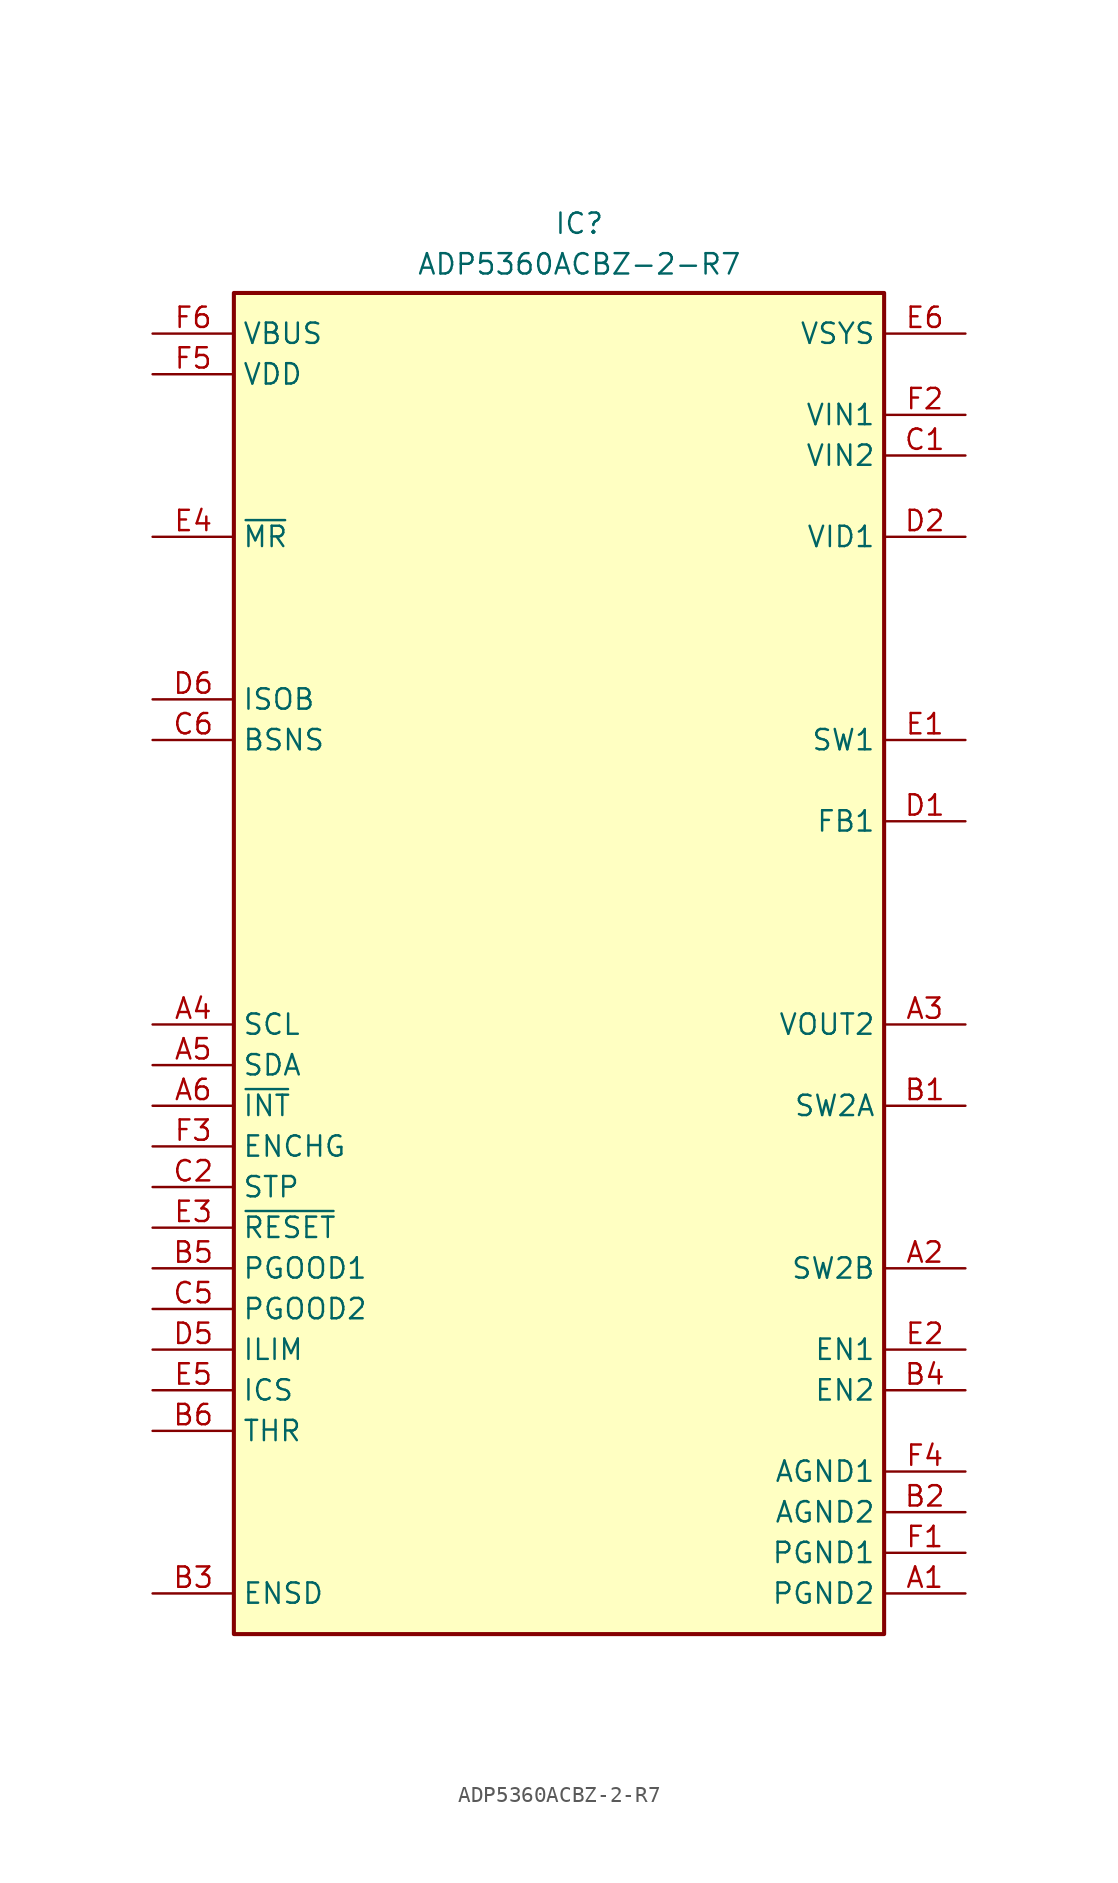
<source format=kicad_sym>
(kicad_symbol_lib
  (version 20231120)
  (generator "kicad_symbol_editor")
  (generator_version "8.0")
  (symbol "ADP5360ACBZ-2-R7"
    (property "Reference" "IC"
      (at 1.27 45.72 0)
      (effects (font (size 1.27 1.27)) (justify top)))
    (property "Value" "ADP5360ACBZ-2-R7"
      (at 1.27 43.18 0)
      (effects (font (size 1.27 1.27)) (justify top)))
    (symbol "ADP5360ACBZ-2-R7_1_1"
      (rectangle (start -20.32 40.64) (end 20.32 -43.18) (stroke (width 0.254) (type default)) (fill (type background)))
      (pin passive line (at 25.4 -40.64 180) (length 5.08) (name "PGND2" (effects (font (size 1.27 1.27)))) (number "A1" (effects (font (size 1.27 1.27)))))
      (pin passive line (at 25.4 -20.32 180) (length 5.08) (name "SW2B" (effects (font (size 1.27 1.27)))) (number "A2" (effects (font (size 1.27 1.27)))))
      (pin passive line (at 25.4 -5.08 180) (length 5.08) (name "VOUT2" (effects (font (size 1.27 1.27)))) (number "A3" (effects (font (size 1.27 1.27)))))
      (pin passive line (at -25.4 -5.08 0) (length 5.08) (name "SCL" (effects (font (size 1.27 1.27)))) (number "A4" (effects (font (size 1.27 1.27)))))
      (pin passive line (at -25.4 -7.62 0) (length 5.08) (name "SDA" (effects (font (size 1.27 1.27)))) (number "A5" (effects (font (size 1.27 1.27)))))
      (pin passive line (at -25.4 -10.16 0) (length 5.08) (name "~{INT}" (effects (font (size 1.27 1.27)))) (number "A6" (effects (font (size 1.27 1.27)))))
      (pin passive line (at 25.4 -10.16 180) (length 5.08) (name "SW2A" (effects (font (size 1.27 1.27)))) (number "B1" (effects (font (size 1.27 1.27)))))
      (pin passive line (at 25.4 -35.56 180) (length 5.08) (name "AGND2" (effects (font (size 1.27 1.27)))) (number "B2" (effects (font (size 1.27 1.27)))))
      (pin passive line (at -25.4 -40.64 0) (length 5.08) (name "ENSD" (effects (font (size 1.27 1.27)))) (number "B3" (effects (font (size 1.27 1.27)))))
      (pin passive line (at 25.4 -27.94 180) (length 5.08) (name "EN2" (effects (font (size 1.27 1.27)))) (number "B4" (effects (font (size 1.27 1.27)))))
      (pin passive line (at -25.4 -20.32 0) (length 5.08) (name "PGOOD1" (effects (font (size 1.27 1.27)))) (number "B5" (effects (font (size 1.27 1.27)))))
      (pin passive line (at -25.4 -30.48 0) (length 5.08) (name "THR" (effects (font (size 1.27 1.27)))) (number "B6" (effects (font (size 1.27 1.27)))))
      (pin passive line (at 25.4 30.48 180) (length 5.08) (name "VIN2" (effects (font (size 1.27 1.27)))) (number "C1" (effects (font (size 1.27 1.27)))))
      (pin passive line (at -25.4 -15.24 0) (length 5.08) (name "STP" (effects (font (size 1.27 1.27)))) (number "C2" (effects (font (size 1.27 1.27)))))
      (pin passive line (at -25.4 -22.86 0) (length 5.08) (name "PGOOD2" (effects (font (size 1.27 1.27)))) (number "C5" (effects (font (size 1.27 1.27)))))
      (pin passive line (at -25.4 12.7 0) (length 5.08) (name "BSNS" (effects (font (size 1.27 1.27)))) (number "C6" (effects (font (size 1.27 1.27)))))
      (pin passive line (at 25.4 7.62 180) (length 5.08) (name "FB1" (effects (font (size 1.27 1.27)))) (number "D1" (effects (font (size 1.27 1.27)))))
      (pin passive line (at 25.4 25.4 180) (length 5.08) (name "VID1" (effects (font (size 1.27 1.27)))) (number "D2" (effects (font (size 1.27 1.27)))))
      (pin passive line (at -25.4 -25.4 0) (length 5.08) (name "ILIM" (effects (font (size 1.27 1.27)))) (number "D5" (effects (font (size 1.27 1.27)))))
      (pin passive line (at -25.4 15.24 0) (length 5.08) (name "ISOB" (effects (font (size 1.27 1.27)))) (number "D6" (effects (font (size 1.27 1.27)))))
      (pin passive line (at 25.4 12.7 180) (length 5.08) (name "SW1" (effects (font (size 1.27 1.27)))) (number "E1" (effects (font (size 1.27 1.27)))))
      (pin passive line (at 25.4 -25.4 180) (length 5.08) (name "EN1" (effects (font (size 1.27 1.27)))) (number "E2" (effects (font (size 1.27 1.27)))))
      (pin passive line (at -25.4 -17.78 0) (length 5.08) (name "~{RESET}" (effects (font (size 1.27 1.27)))) (number "E3" (effects (font (size 1.27 1.27)))))
      (pin passive line (at -25.4 25.4 0) (length 5.08) (name "~{MR}" (effects (font (size 1.27 1.27)))) (number "E4" (effects (font (size 1.27 1.27)))))
      (pin passive line (at -25.4 -27.94 0) (length 5.08) (name "ICS" (effects (font (size 1.27 1.27)))) (number "E5" (effects (font (size 1.27 1.27)))))
      (pin passive line (at 25.4 38.1 180) (length 5.08) (name "VSYS" (effects (font (size 1.27 1.27)))) (number "E6" (effects (font (size 1.27 1.27)))))
      (pin passive line (at 25.4 -38.1 180) (length 5.08) (name "PGND1" (effects (font (size 1.27 1.27)))) (number "F1" (effects (font (size 1.27 1.27)))))
      (pin passive line (at 25.4 33.02 180) (length 5.08) (name "VIN1" (effects (font (size 1.27 1.27)))) (number "F2" (effects (font (size 1.27 1.27)))))
      (pin passive line (at -25.4 -12.7 0) (length 5.08) (name "ENCHG" (effects (font (size 1.27 1.27)))) (number "F3" (effects (font (size 1.27 1.27)))))
      (pin passive line (at 25.4 -33.02 180) (length 5.08) (name "AGND1" (effects (font (size 1.27 1.27)))) (number "F4" (effects (font (size 1.27 1.27)))))
      (pin passive line (at -25.4 35.56 0) (length 5.08) (name "VDD" (effects (font (size 1.27 1.27)))) (number "F5" (effects (font (size 1.27 1.27)))))
      (pin passive line (at -25.4 38.1 0) (length 5.08) (name "VBUS" (effects (font (size 1.27 1.27)))) (number "F6" (effects (font (size 1.27 1.27))))))))
</source>
